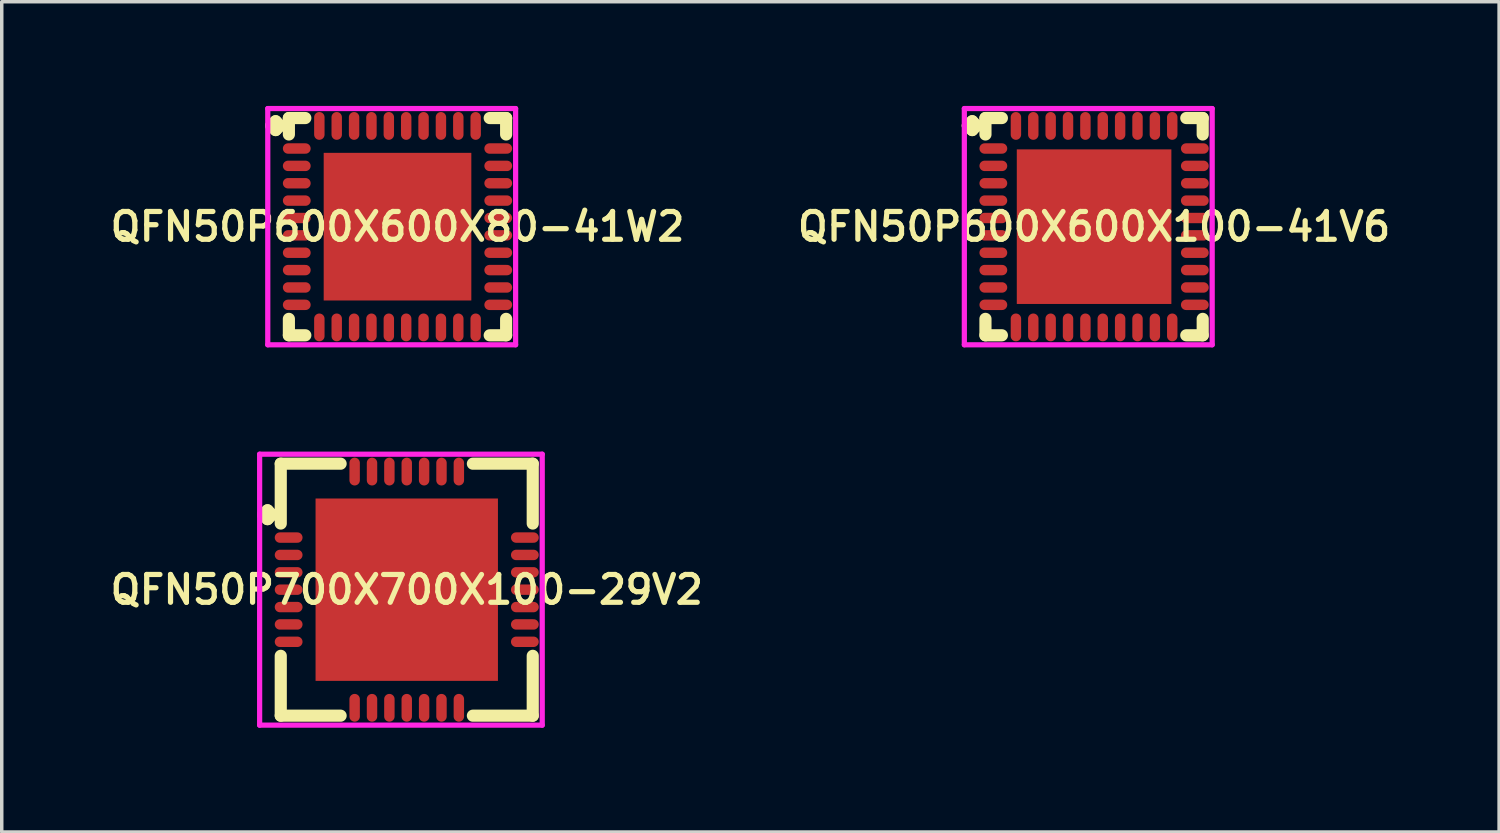
<source format=kicad_pcb>
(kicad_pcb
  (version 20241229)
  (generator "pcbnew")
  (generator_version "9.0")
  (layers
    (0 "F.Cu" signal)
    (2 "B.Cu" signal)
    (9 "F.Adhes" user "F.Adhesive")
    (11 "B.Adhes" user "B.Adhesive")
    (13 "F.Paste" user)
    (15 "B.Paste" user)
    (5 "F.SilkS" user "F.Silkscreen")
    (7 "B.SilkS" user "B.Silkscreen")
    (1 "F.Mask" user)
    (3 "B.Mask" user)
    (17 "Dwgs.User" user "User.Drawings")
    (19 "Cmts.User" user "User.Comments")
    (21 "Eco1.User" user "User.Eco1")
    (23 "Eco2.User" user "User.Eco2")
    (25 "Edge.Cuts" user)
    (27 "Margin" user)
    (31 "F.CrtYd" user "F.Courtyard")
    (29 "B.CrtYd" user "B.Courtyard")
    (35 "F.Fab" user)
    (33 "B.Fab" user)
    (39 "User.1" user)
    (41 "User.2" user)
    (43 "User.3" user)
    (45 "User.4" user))
  (footprint "QFN50P600X600X80-41W2"
    (layer "F.Cu")
    (at 8.393 3.475)
    (property "Reference" "QFN50P600X600X80-41W2" (at 0 0 0) (layer "F.SilkS") (effects (font (size 0.8 0.8) (thickness 0.15))))
    (attr smd)
    (fp_line (start -3.635 -2.908) (end -3.508 -3.035) (stroke (width 0.35) (type solid)) (layer "F.SilkS"))
    (fp_line (start -3.508 -3.035) (end -3.381 -2.908) (stroke (width 0.35) (type solid)) (layer "F.SilkS"))
    (fp_line (start -3.508 -2.781) (end -3.635 -2.908) (stroke (width 0.35) (type solid)) (layer "F.SilkS"))
    (fp_line (start -3.381 -2.908) (end -3.508 -2.781) (stroke (width 0.35) (type solid)) (layer "F.SilkS"))
    (fp_line (start -3.127 -3.127) (end -2.654 -3.127) (stroke (width 0.35) (type solid)) (layer "F.SilkS"))
    (fp_line (start -3.127 -2.654) (end -3.127 -3.127) (stroke (width 0.35) (type solid)) (layer "F.SilkS"))
    (fp_line (start -3.127 2.654) (end -3.127 3.127) (stroke (width 0.35) (type solid)) (layer "F.SilkS"))
    (fp_line (start -3.127 3.127) (end -2.654 3.127) (stroke (width 0.35) (type solid)) (layer "F.SilkS"))
    (fp_line (start 2.654 -3.127) (end 3.127 -3.127) (stroke (width 0.35) (type solid)) (layer "F.SilkS"))
    (fp_line (start 2.654 3.127) (end 3.127 3.127) (stroke (width 0.35) (type solid)) (layer "F.SilkS"))
    (fp_line (start 3.127 -3.127) (end 3.127 -2.654) (stroke (width 0.35) (type solid)) (layer "F.SilkS"))
    (fp_line (start 3.127 3.127) (end 3.127 2.654) (stroke (width 0.35) (type solid)) (layer "F.SilkS"))
    (fp_line (start -3.735 -3.4) (end 3.4 -3.4) (stroke (width 0.15) (type solid)) (layer "F.CrtYd"))
    (fp_line (start -3.735 3.4) (end -3.735 -3.4) (stroke (width 0.15) (type solid)) (layer "F.CrtYd"))
    (fp_line (start 3.4 -3.4) (end 3.4 3.4) (stroke (width 0.15) (type solid)) (layer "F.CrtYd"))
    (fp_line (start 3.4 3.4) (end -3.735 3.4) (stroke (width 0.15) (type solid)) (layer "F.CrtYd"))
    (pad "1" smd oval (at -2.9 -2.25) (size 0.8 0.3) (layers "F.Cu" "F.Mask" "F.Paste"))
    (pad "2" smd oval (at -2.9 -1.75) (size 0.8 0.3) (layers "F.Cu" "F.Mask" "F.Paste"))
    (pad "3" smd oval (at -2.9 -1.25) (size 0.8 0.3) (layers "F.Cu" "F.Mask" "F.Paste"))
    (pad "4" smd oval (at -2.9 -0.75) (size 0.8 0.3) (layers "F.Cu" "F.Mask" "F.Paste"))
    (pad "5" smd oval (at -2.9 -0.25) (size 0.8 0.3) (layers "F.Cu" "F.Mask" "F.Paste"))
    (pad "6" smd oval (at -2.9 0.25) (size 0.8 0.3) (layers "F.Cu" "F.Mask" "F.Paste"))
    (pad "7" smd oval (at -2.9 0.75) (size 0.8 0.3) (layers "F.Cu" "F.Mask" "F.Paste"))
    (pad "8" smd oval (at -2.9 1.25) (size 0.8 0.3) (layers "F.Cu" "F.Mask" "F.Paste"))
    (pad "9" smd oval (at -2.9 1.75) (size 0.8 0.3) (layers "F.Cu" "F.Mask" "F.Paste"))
    (pad "10" smd oval (at -2.9 2.25) (size 0.8 0.3) (layers "F.Cu" "F.Mask" "F.Paste"))
    (pad "11" smd oval (at -2.25 2.9) (size 0.3 0.8) (layers "F.Cu" "F.Mask" "F.Paste"))
    (pad "12" smd oval (at -1.75 2.9) (size 0.3 0.8) (layers "F.Cu" "F.Mask" "F.Paste"))
    (pad "13" smd oval (at -1.25 2.9) (size 0.3 0.8) (layers "F.Cu" "F.Mask" "F.Paste"))
    (pad "14" smd oval (at -0.75 2.9) (size 0.3 0.8) (layers "F.Cu" "F.Mask" "F.Paste"))
    (pad "15" smd oval (at -0.25 2.9) (size 0.3 0.8) (layers "F.Cu" "F.Mask" "F.Paste"))
    (pad "16" smd oval (at 0.25 2.9) (size 0.3 0.8) (layers "F.Cu" "F.Mask" "F.Paste"))
    (pad "17" smd oval (at 0.75 2.9) (size 0.3 0.8) (layers "F.Cu" "F.Mask" "F.Paste"))
    (pad "18" smd oval (at 1.25 2.9) (size 0.3 0.8) (layers "F.Cu" "F.Mask" "F.Paste"))
    (pad "19" smd oval (at 1.75 2.9) (size 0.3 0.8) (layers "F.Cu" "F.Mask" "F.Paste"))
    (pad "20" smd oval (at 2.25 2.9) (size 0.3 0.8) (layers "F.Cu" "F.Mask" "F.Paste"))
    (pad "21" smd oval (at 2.9 2.25) (size 0.8 0.3) (layers "F.Cu" "F.Mask" "F.Paste"))
    (pad "22" smd oval (at 2.9 1.75) (size 0.8 0.3) (layers "F.Cu" "F.Mask" "F.Paste"))
    (pad "23" smd oval (at 2.9 1.25) (size 0.8 0.3) (layers "F.Cu" "F.Mask" "F.Paste"))
    (pad "24" smd oval (at 2.9 0.75) (size 0.8 0.3) (layers "F.Cu" "F.Mask" "F.Paste"))
    (pad "25" smd oval (at 2.9 0.25) (size 0.8 0.3) (layers "F.Cu" "F.Mask" "F.Paste"))
    (pad "26" smd oval (at 2.9 -0.25) (size 0.8 0.3) (layers "F.Cu" "F.Mask" "F.Paste"))
    (pad "27" smd oval (at 2.9 -0.75) (size 0.8 0.3) (layers "F.Cu" "F.Mask" "F.Paste"))
    (pad "28" smd oval (at 2.9 -1.25) (size 0.8 0.3) (layers "F.Cu" "F.Mask" "F.Paste"))
    (pad "29" smd oval (at 2.9 -1.75) (size 0.8 0.3) (layers "F.Cu" "F.Mask" "F.Paste"))
    (pad "30" smd oval (at 2.9 -2.25) (size 0.8 0.3) (layers "F.Cu" "F.Mask" "F.Paste"))
    (pad "31" smd oval (at 2.25 -2.9) (size 0.3 0.8) (layers "F.Cu" "F.Mask" "F.Paste"))
    (pad "32" smd oval (at 1.75 -2.9) (size 0.3 0.8) (layers "F.Cu" "F.Mask" "F.Paste"))
    (pad "33" smd oval (at 1.25 -2.9) (size 0.3 0.8) (layers "F.Cu" "F.Mask" "F.Paste"))
    (pad "34" smd oval (at 0.75 -2.9) (size 0.3 0.8) (layers "F.Cu" "F.Mask" "F.Paste"))
    (pad "35" smd oval (at 0.25 -2.9) (size 0.3 0.8) (layers "F.Cu" "F.Mask" "F.Paste"))
    (pad "36" smd oval (at -0.25 -2.9) (size 0.3 0.8) (layers "F.Cu" "F.Mask" "F.Paste"))
    (pad "37" smd oval (at -0.75 -2.9) (size 0.3 0.8) (layers "F.Cu" "F.Mask" "F.Paste"))
    (pad "38" smd oval (at -1.25 -2.9) (size 0.3 0.8) (layers "F.Cu" "F.Mask" "F.Paste"))
    (pad "39" smd oval (at -1.75 -2.9) (size 0.3 0.8) (layers "F.Cu" "F.Mask" "F.Paste"))
    (pad "40" smd oval (at -2.25 -2.9) (size 0.3 0.8) (layers "F.Cu" "F.Mask" "F.Paste"))
    (pad "41" smd rect (at 0 0) (size 4.25 4.25) (layers "F.Cu" "F.Mask" "F.Paste")))
  (footprint "QFN50P600X600X100-41V6"
    (layer "F.Cu")
    (at 28.445 3.475)
    (property "Reference" "QFN50P600X600X100-41V6" (at 0 0 0) (layer "F.SilkS") (effects (font (size 0.8 0.8) (thickness 0.15))))
    (attr smd)
    (fp_line (start -3.635 -2.908) (end -3.508 -3.035) (stroke (width 0.35) (type solid)) (layer "F.SilkS"))
    (fp_line (start -3.508 -3.035) (end -3.381 -2.908) (stroke (width 0.35) (type solid)) (layer "F.SilkS"))
    (fp_line (start -3.508 -2.781) (end -3.635 -2.908) (stroke (width 0.35) (type solid)) (layer "F.SilkS"))
    (fp_line (start -3.381 -2.908) (end -3.508 -2.781) (stroke (width 0.35) (type solid)) (layer "F.SilkS"))
    (fp_line (start -3.127 -3.127) (end -2.654 -3.127) (stroke (width 0.35) (type solid)) (layer "F.SilkS"))
    (fp_line (start -3.127 -2.654) (end -3.127 -3.127) (stroke (width 0.35) (type solid)) (layer "F.SilkS"))
    (fp_line (start -3.127 2.654) (end -3.127 3.127) (stroke (width 0.35) (type solid)) (layer "F.SilkS"))
    (fp_line (start -3.127 3.127) (end -2.654 3.127) (stroke (width 0.35) (type solid)) (layer "F.SilkS"))
    (fp_line (start 2.654 -3.127) (end 3.127 -3.127) (stroke (width 0.35) (type solid)) (layer "F.SilkS"))
    (fp_line (start 2.654 3.127) (end 3.127 3.127) (stroke (width 0.35) (type solid)) (layer "F.SilkS"))
    (fp_line (start 3.127 -3.127) (end 3.127 -2.654) (stroke (width 0.35) (type solid)) (layer "F.SilkS"))
    (fp_line (start 3.127 3.127) (end 3.127 2.654) (stroke (width 0.35) (type solid)) (layer "F.SilkS"))
    (fp_line (start -3.735 -3.4) (end 3.4 -3.4) (stroke (width 0.15) (type solid)) (layer "F.CrtYd"))
    (fp_line (start -3.735 3.4) (end -3.735 -3.4) (stroke (width 0.15) (type solid)) (layer "F.CrtYd"))
    (fp_line (start 3.4 -3.4) (end 3.4 3.4) (stroke (width 0.15) (type solid)) (layer "F.CrtYd"))
    (fp_line (start 3.4 3.4) (end -3.735 3.4) (stroke (width 0.15) (type solid)) (layer "F.CrtYd"))
    (pad "1" smd oval (at -2.9 -2.25) (size 0.8 0.3) (layers "F.Cu" "F.Mask" "F.Paste"))
    (pad "2" smd oval (at -2.9 -1.75) (size 0.8 0.3) (layers "F.Cu" "F.Mask" "F.Paste"))
    (pad "3" smd oval (at -2.9 -1.25) (size 0.8 0.3) (layers "F.Cu" "F.Mask" "F.Paste"))
    (pad "4" smd oval (at -2.9 -0.75) (size 0.8 0.3) (layers "F.Cu" "F.Mask" "F.Paste"))
    (pad "5" smd oval (at -2.9 -0.25) (size 0.8 0.3) (layers "F.Cu" "F.Mask" "F.Paste"))
    (pad "6" smd oval (at -2.9 0.25) (size 0.8 0.3) (layers "F.Cu" "F.Mask" "F.Paste"))
    (pad "7" smd oval (at -2.9 0.75) (size 0.8 0.3) (layers "F.Cu" "F.Mask" "F.Paste"))
    (pad "8" smd oval (at -2.9 1.25) (size 0.8 0.3) (layers "F.Cu" "F.Mask" "F.Paste"))
    (pad "9" smd oval (at -2.9 1.75) (size 0.8 0.3) (layers "F.Cu" "F.Mask" "F.Paste"))
    (pad "10" smd oval (at -2.9 2.25) (size 0.8 0.3) (layers "F.Cu" "F.Mask" "F.Paste"))
    (pad "11" smd oval (at -2.25 2.9) (size 0.3 0.8) (layers "F.Cu" "F.Mask" "F.Paste"))
    (pad "12" smd oval (at -1.75 2.9) (size 0.3 0.8) (layers "F.Cu" "F.Mask" "F.Paste"))
    (pad "13" smd oval (at -1.25 2.9) (size 0.3 0.8) (layers "F.Cu" "F.Mask" "F.Paste"))
    (pad "14" smd oval (at -0.75 2.9) (size 0.3 0.8) (layers "F.Cu" "F.Mask" "F.Paste"))
    (pad "15" smd oval (at -0.25 2.9) (size 0.3 0.8) (layers "F.Cu" "F.Mask" "F.Paste"))
    (pad "16" smd oval (at 0.25 2.9) (size 0.3 0.8) (layers "F.Cu" "F.Mask" "F.Paste"))
    (pad "17" smd oval (at 0.75 2.9) (size 0.3 0.8) (layers "F.Cu" "F.Mask" "F.Paste"))
    (pad "18" smd oval (at 1.25 2.9) (size 0.3 0.8) (layers "F.Cu" "F.Mask" "F.Paste"))
    (pad "19" smd oval (at 1.75 2.9) (size 0.3 0.8) (layers "F.Cu" "F.Mask" "F.Paste"))
    (pad "20" smd oval (at 2.25 2.9) (size 0.3 0.8) (layers "F.Cu" "F.Mask" "F.Paste"))
    (pad "21" smd oval (at 2.9 2.25) (size 0.8 0.3) (layers "F.Cu" "F.Mask" "F.Paste"))
    (pad "22" smd oval (at 2.9 1.75) (size 0.8 0.3) (layers "F.Cu" "F.Mask" "F.Paste"))
    (pad "23" smd oval (at 2.9 1.25) (size 0.8 0.3) (layers "F.Cu" "F.Mask" "F.Paste"))
    (pad "24" smd oval (at 2.9 0.75) (size 0.8 0.3) (layers "F.Cu" "F.Mask" "F.Paste"))
    (pad "25" smd oval (at 2.9 0.25) (size 0.8 0.3) (layers "F.Cu" "F.Mask" "F.Paste"))
    (pad "26" smd oval (at 2.9 -0.25) (size 0.8 0.3) (layers "F.Cu" "F.Mask" "F.Paste"))
    (pad "27" smd oval (at 2.9 -0.75) (size 0.8 0.3) (layers "F.Cu" "F.Mask" "F.Paste"))
    (pad "28" smd oval (at 2.9 -1.25) (size 0.8 0.3) (layers "F.Cu" "F.Mask" "F.Paste"))
    (pad "29" smd oval (at 2.9 -1.75) (size 0.8 0.3) (layers "F.Cu" "F.Mask" "F.Paste"))
    (pad "30" smd oval (at 2.9 -2.25) (size 0.8 0.3) (layers "F.Cu" "F.Mask" "F.Paste"))
    (pad "31" smd oval (at 2.25 -2.9) (size 0.3 0.8) (layers "F.Cu" "F.Mask" "F.Paste"))
    (pad "32" smd oval (at 1.75 -2.9) (size 0.3 0.8) (layers "F.Cu" "F.Mask" "F.Paste"))
    (pad "33" smd oval (at 1.25 -2.9) (size 0.3 0.8) (layers "F.Cu" "F.Mask" "F.Paste"))
    (pad "34" smd oval (at 0.75 -2.9) (size 0.3 0.8) (layers "F.Cu" "F.Mask" "F.Paste"))
    (pad "35" smd oval (at 0.25 -2.9) (size 0.3 0.8) (layers "F.Cu" "F.Mask" "F.Paste"))
    (pad "36" smd oval (at -0.25 -2.9) (size 0.3 0.8) (layers "F.Cu" "F.Mask" "F.Paste"))
    (pad "37" smd oval (at -0.75 -2.9) (size 0.3 0.8) (layers "F.Cu" "F.Mask" "F.Paste"))
    (pad "38" smd oval (at -1.25 -2.9) (size 0.3 0.8) (layers "F.Cu" "F.Mask" "F.Paste"))
    (pad "39" smd oval (at -1.75 -2.9) (size 0.3 0.8) (layers "F.Cu" "F.Mask" "F.Paste"))
    (pad "40" smd oval (at -2.25 -2.9) (size 0.3 0.8) (layers "F.Cu" "F.Mask" "F.Paste"))
    (pad "41" smd rect (at 0 0) (size 4.45 4.45) (layers "F.Cu" "F.Mask" "F.Paste")))
  (footprint "QFN50P700X700X100-29V2"
    (layer "F.Cu")
    (at 8.659 13.925)
    (property "Reference" "QFN50P700X700X100-29V2" (at 0 0 0) (layer "F.SilkS") (effects (font (size 0.8 0.8) (thickness 0.15))))
    (attr smd)
    (fp_line (start -4.135 -2.158) (end -4.008 -2.285) (stroke (width 0.35) (type solid)) (layer "F.SilkS"))
    (fp_line (start -4.008 -2.285) (end -3.881 -2.158) (stroke (width 0.35) (type solid)) (layer "F.SilkS"))
    (fp_line (start -4.008 -2.031) (end -4.135 -2.158) (stroke (width 0.35) (type solid)) (layer "F.SilkS"))
    (fp_line (start -3.881 -2.158) (end -4.008 -2.031) (stroke (width 0.35) (type solid)) (layer "F.SilkS"))
    (fp_line (start -3.627 -3.627) (end -1.904 -3.627) (stroke (width 0.35) (type solid)) (layer "F.SilkS"))
    (fp_line (start -3.627 -1.904) (end -3.627 -3.627) (stroke (width 0.35) (type solid)) (layer "F.SilkS"))
    (fp_line (start -3.627 1.904) (end -3.627 3.627) (stroke (width 0.35) (type solid)) (layer "F.SilkS"))
    (fp_line (start -3.627 3.627) (end -1.904 3.627) (stroke (width 0.35) (type solid)) (layer "F.SilkS"))
    (fp_line (start 1.904 -3.627) (end 3.627 -3.627) (stroke (width 0.35) (type solid)) (layer "F.SilkS"))
    (fp_line (start 1.904 3.627) (end 3.627 3.627) (stroke (width 0.35) (type solid)) (layer "F.SilkS"))
    (fp_line (start 3.627 -3.627) (end 3.627 -1.904) (stroke (width 0.35) (type solid)) (layer "F.SilkS"))
    (fp_line (start 3.627 3.627) (end 3.627 1.904) (stroke (width 0.35) (type solid)) (layer "F.SilkS"))
    (fp_line (start -4.235 -3.9) (end 3.9 -3.9) (stroke (width 0.15) (type solid)) (layer "F.CrtYd"))
    (fp_line (start -4.235 3.9) (end -4.235 -3.9) (stroke (width 0.15) (type solid)) (layer "F.CrtYd"))
    (fp_line (start 3.9 -3.9) (end 3.9 3.9) (stroke (width 0.15) (type solid)) (layer "F.CrtYd"))
    (fp_line (start 3.9 3.9) (end -4.235 3.9) (stroke (width 0.15) (type solid)) (layer "F.CrtYd"))
    (pad "1" smd oval (at -3.4 -1.5) (size 0.8 0.3) (layers "F.Cu" "F.Mask" "F.Paste"))
    (pad "2" smd oval (at -3.4 -1) (size 0.8 0.3) (layers "F.Cu" "F.Mask" "F.Paste"))
    (pad "3" smd oval (at -3.4 -0.5) (size 0.8 0.3) (layers "F.Cu" "F.Mask" "F.Paste"))
    (pad "4" smd oval (at -3.4 0) (size 0.8 0.3) (layers "F.Cu" "F.Mask" "F.Paste"))
    (pad "5" smd oval (at -3.4 0.5) (size 0.8 0.3) (layers "F.Cu" "F.Mask" "F.Paste"))
    (pad "6" smd oval (at -3.4 1) (size 0.8 0.3) (layers "F.Cu" "F.Mask" "F.Paste"))
    (pad "7" smd oval (at -3.4 1.5) (size 0.8 0.3) (layers "F.Cu" "F.Mask" "F.Paste"))
    (pad "8" smd oval (at -1.5 3.4) (size 0.3 0.8) (layers "F.Cu" "F.Mask" "F.Paste"))
    (pad "9" smd oval (at -1 3.4) (size 0.3 0.8) (layers "F.Cu" "F.Mask" "F.Paste"))
    (pad "10" smd oval (at -0.5 3.4) (size 0.3 0.8) (layers "F.Cu" "F.Mask" "F.Paste"))
    (pad "11" smd oval (at 0 3.4) (size 0.3 0.8) (layers "F.Cu" "F.Mask" "F.Paste"))
    (pad "12" smd oval (at 0.5 3.4) (size 0.3 0.8) (layers "F.Cu" "F.Mask" "F.Paste"))
    (pad "13" smd oval (at 1 3.4) (size 0.3 0.8) (layers "F.Cu" "F.Mask" "F.Paste"))
    (pad "14" smd oval (at 1.5 3.4) (size 0.3 0.8) (layers "F.Cu" "F.Mask" "F.Paste"))
    (pad "15" smd oval (at 3.4 1.5) (size 0.8 0.3) (layers "F.Cu" "F.Mask" "F.Paste"))
    (pad "16" smd oval (at 3.4 1) (size 0.8 0.3) (layers "F.Cu" "F.Mask" "F.Paste"))
    (pad "17" smd oval (at 3.4 0.5) (size 0.8 0.3) (layers "F.Cu" "F.Mask" "F.Paste"))
    (pad "18" smd oval (at 3.4 0) (size 0.8 0.3) (layers "F.Cu" "F.Mask" "F.Paste"))
    (pad "19" smd oval (at 3.4 -0.5) (size 0.8 0.3) (layers "F.Cu" "F.Mask" "F.Paste"))
    (pad "20" smd oval (at 3.4 -1) (size 0.8 0.3) (layers "F.Cu" "F.Mask" "F.Paste"))
    (pad "21" smd oval (at 3.4 -1.5) (size 0.8 0.3) (layers "F.Cu" "F.Mask" "F.Paste"))
    (pad "22" smd oval (at 1.5 -3.4) (size 0.3 0.8) (layers "F.Cu" "F.Mask" "F.Paste"))
    (pad "23" smd oval (at 1 -3.4) (size 0.3 0.8) (layers "F.Cu" "F.Mask" "F.Paste"))
    (pad "24" smd oval (at 0.5 -3.4) (size 0.3 0.8) (layers "F.Cu" "F.Mask" "F.Paste"))
    (pad "25" smd oval (at 0 -3.4) (size 0.3 0.8) (layers "F.Cu" "F.Mask" "F.Paste"))
    (pad "26" smd oval (at -0.5 -3.4) (size 0.3 0.8) (layers "F.Cu" "F.Mask" "F.Paste"))
    (pad "27" smd oval (at -1 -3.4) (size 0.3 0.8) (layers "F.Cu" "F.Mask" "F.Paste"))
    (pad "28" smd oval (at -1.5 -3.4) (size 0.3 0.8) (layers "F.Cu" "F.Mask" "F.Paste"))
    (pad "29" smd rect (at 0 0) (size 5.25 5.25) (layers "F.Cu" "F.Mask" "F.Paste")))
  (gr_rect
    (start -3 -3)
    (end 40.104 20.9)
    (stroke (width 0.1) (type default))
    (fill no)
    (layer "Edge.Cuts")))
</source>
